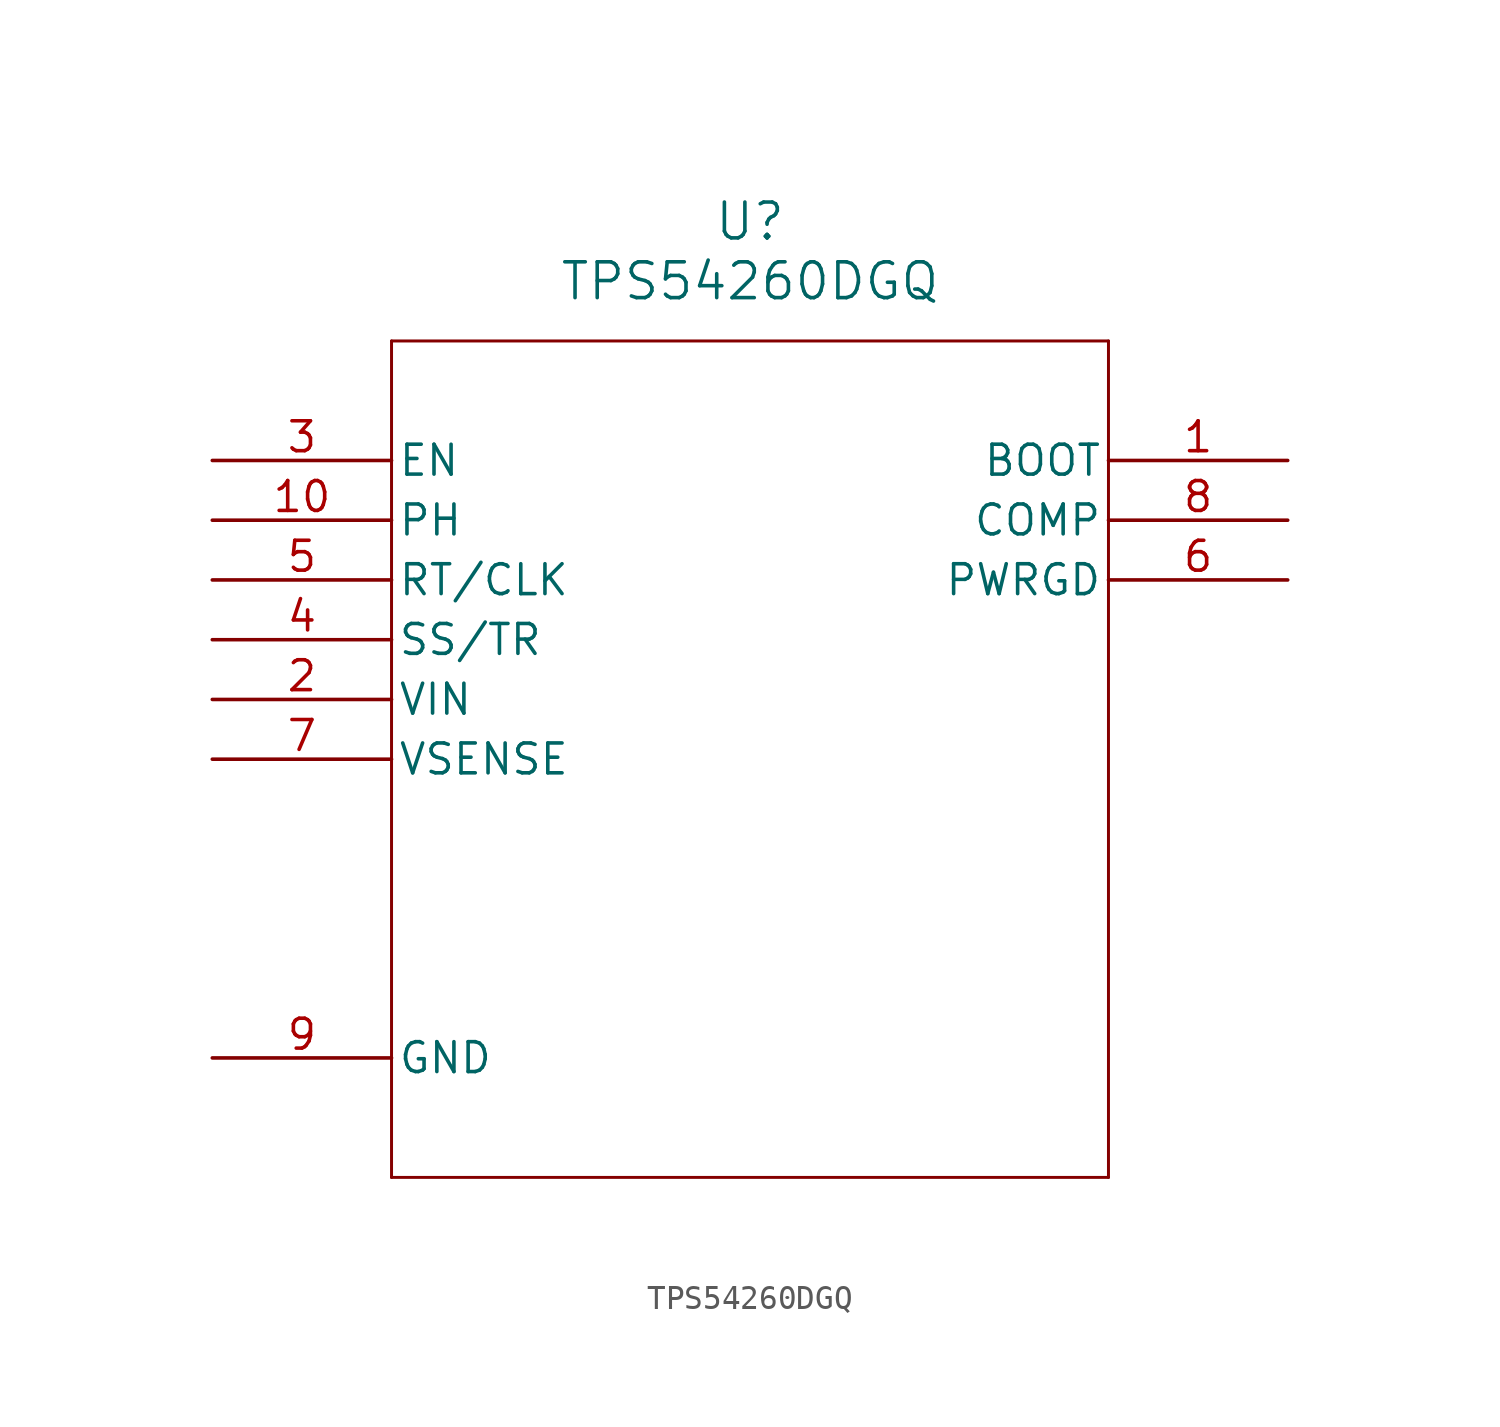
<source format=kicad_sym>
(kicad_symbol_lib
  (version 20211014)
  (generator kicad_symbol_editor)
  (symbol "TPS54260DGQ"
    (pin_names
      (offset 0.254))
    (property "Reference" "U"
      (at 22.86 10.16 0)
      (effects (font (size 1.524 1.524))))
    (property "Value" "TPS54260DGQ"
      (at 22.86 7.62 0)
      (effects (font (size 1.524 1.524))))
    (symbol "TPS54260DGQ_0_1"
      (polyline (pts (xy 7.62 5.08) (xy 7.62 -30.48)) (stroke (width 0.127) (type default) (color 0 0 0 0)) (fill (type none)))
      (polyline (pts (xy 7.62 -30.48) (xy 38.1 -30.48)) (stroke (width 0.127) (type default) (color 0 0 0 0)) (fill (type none)))
      (polyline (pts (xy 38.1 -30.48) (xy 38.1 5.08)) (stroke (width 0.127) (type default) (color 0 0 0 0)) (fill (type none)))
      (polyline (pts (xy 38.1 5.08) (xy 7.62 5.08)) (stroke (width 0.127) (type default) (color 0 0 0 0)) (fill (type none)))
      (pin output line (at 45.72 0 180) (length 7.62) (name "BOOT" (effects (font (size 1.27 1.27)))) (number "1" (effects (font (size 1.27 1.27)))))
      (pin input line (at 0 -10.16 0) (length 7.62) (name "VIN" (effects (font (size 1.27 1.27)))) (number "2" (effects (font (size 1.27 1.27)))))
      (pin input line (at 0 0 0) (length 7.62) (name "EN" (effects (font (size 1.27 1.27)))) (number "3" (effects (font (size 1.27 1.27)))))
      (pin input line (at 0 -7.62 0) (length 7.62) (name "SS/TR" (effects (font (size 1.27 1.27)))) (number "4" (effects (font (size 1.27 1.27)))))
      (pin input line (at 0 -5.08 0) (length 7.62) (name "RT/CLK" (effects (font (size 1.27 1.27)))) (number "5" (effects (font (size 1.27 1.27)))))
      (pin output line (at 45.72 -5.08 180) (length 7.62) (name "PWRGD" (effects (font (size 1.27 1.27)))) (number "6" (effects (font (size 1.27 1.27)))))
      (pin input line (at 0 -12.7 0) (length 7.62) (name "VSENSE" (effects (font (size 1.27 1.27)))) (number "7" (effects (font (size 1.27 1.27)))))
      (pin output line (at 45.72 -2.54 180) (length 7.62) (name "COMP" (effects (font (size 1.27 1.27)))) (number "8" (effects (font (size 1.27 1.27)))))
      (pin power_in line (at 0 -25.4 0) (length 7.62) (name "GND" (effects (font (size 1.27 1.27)))) (number "9" (effects (font (size 1.27 1.27)))))
      (pin input line (at 0 -2.54 0) (length 7.62) (name "PH" (effects (font (size 1.27 1.27)))) (number "10" (effects (font (size 1.27 1.27))))))))
</source>
